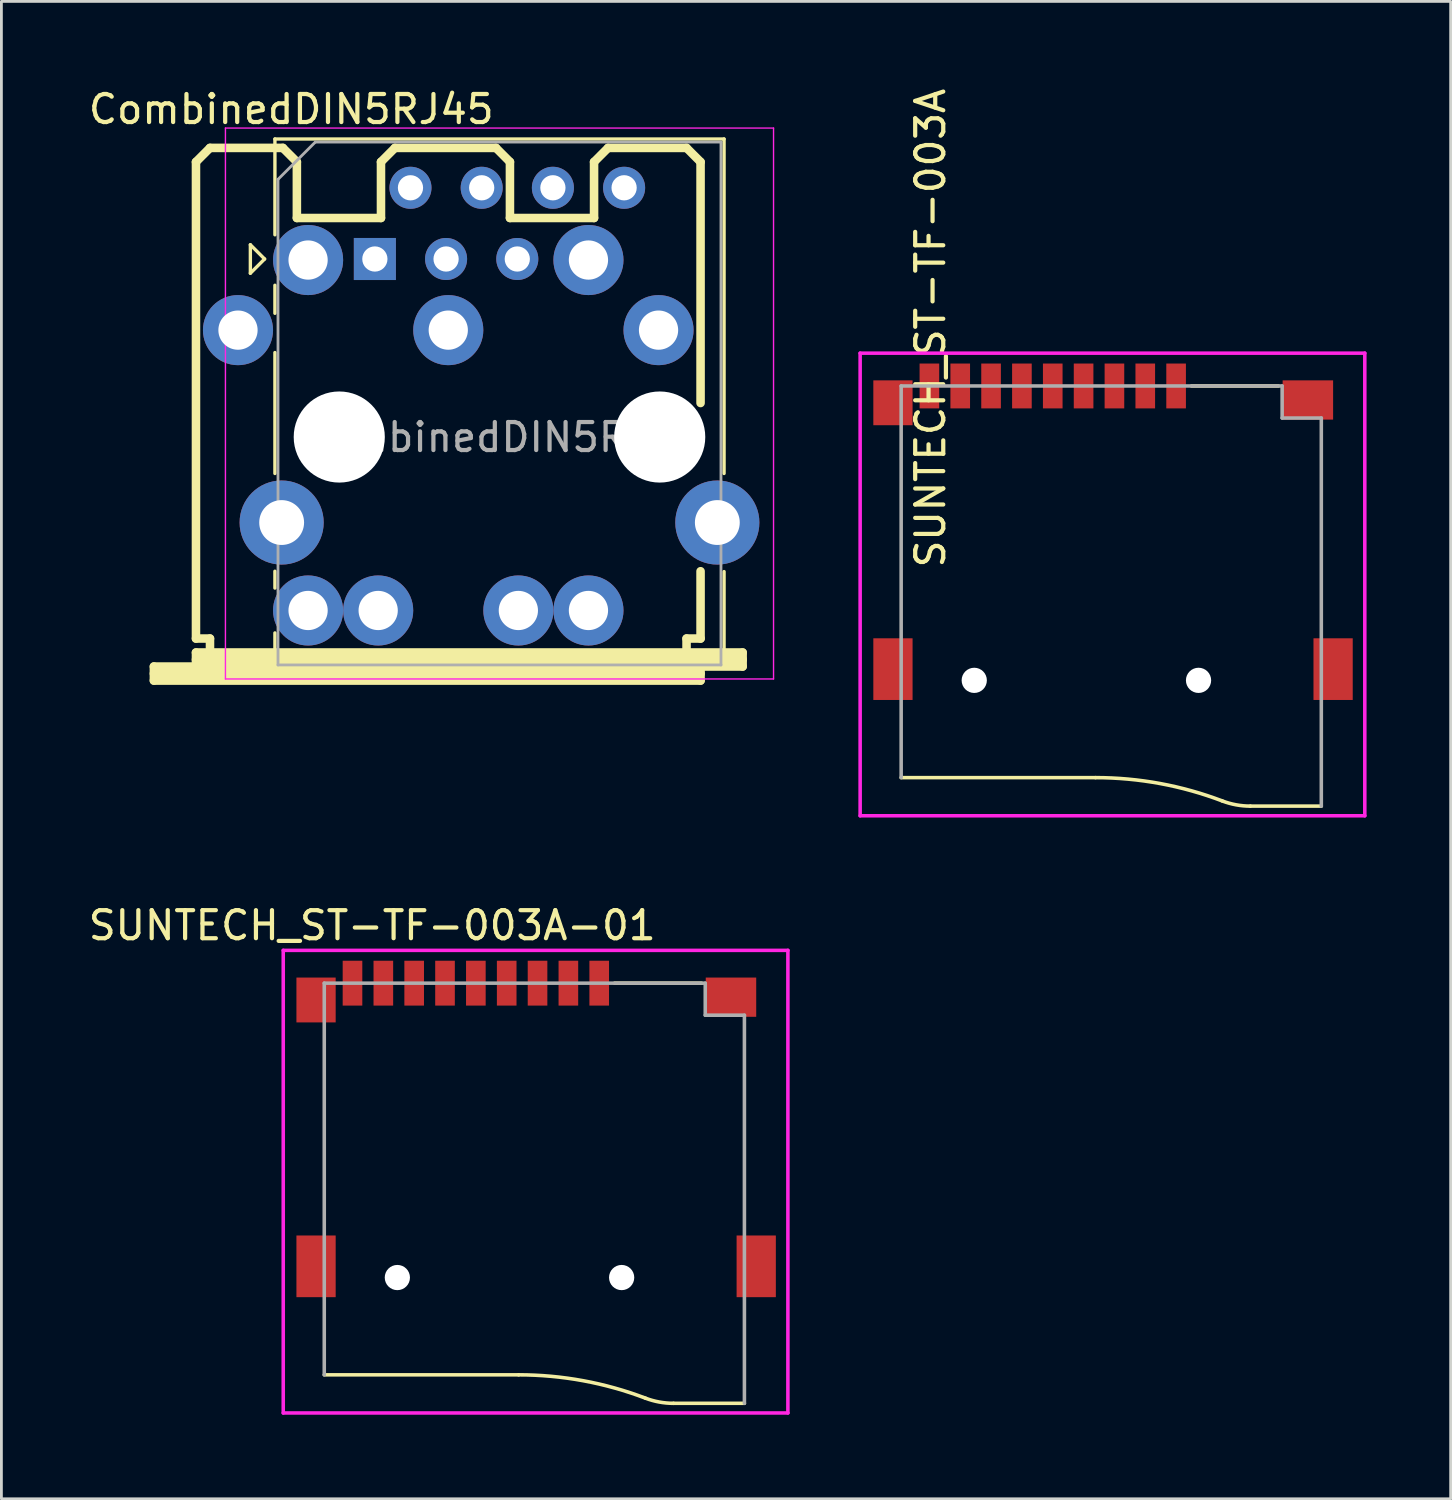
<source format=kicad_pcb>
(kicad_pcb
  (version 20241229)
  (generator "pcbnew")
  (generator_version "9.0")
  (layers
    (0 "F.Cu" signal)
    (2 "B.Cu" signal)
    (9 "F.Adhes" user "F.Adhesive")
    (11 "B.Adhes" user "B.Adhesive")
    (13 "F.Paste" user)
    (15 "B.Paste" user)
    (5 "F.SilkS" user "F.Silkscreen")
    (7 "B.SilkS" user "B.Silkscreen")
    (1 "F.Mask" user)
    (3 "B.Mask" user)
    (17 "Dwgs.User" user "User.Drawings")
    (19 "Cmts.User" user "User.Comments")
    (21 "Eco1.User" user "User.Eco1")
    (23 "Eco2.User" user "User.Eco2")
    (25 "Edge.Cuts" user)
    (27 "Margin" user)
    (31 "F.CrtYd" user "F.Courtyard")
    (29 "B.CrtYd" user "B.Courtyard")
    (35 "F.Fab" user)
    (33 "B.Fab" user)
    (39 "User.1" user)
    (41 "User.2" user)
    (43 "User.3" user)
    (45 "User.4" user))
  (footprint "CombinedDIN5RJ45"
    (layer "F.Cu")
    (at 12.939 11.725)
    (property "Reference" "CombinedDIN5RJ45" (at -5.6 -10.877 0) (layer "F.SilkS") (effects (font (size 1 1) (thickness 0.15))))
    (attr through_hole)
    (fp_line (start -10.5 8.999) (end -8.999 8.999) (stroke (width 0.305) (type solid)) (layer "F.SilkS"))
    (fp_line (start -10.5 9.251) (end 8.999 9.251) (stroke (width 0.305) (type solid)) (layer "F.SilkS"))
    (fp_line (start -10.5 9.5) (end -10.5 8.999) (stroke (width 0.305) (type solid)) (layer "F.SilkS"))
    (fp_line (start -8.999 -8.999) (end -8.999 8.001) (stroke (width 0.305) (type solid)) (layer "F.SilkS"))
    (fp_line (start -8.999 -8.999) (end -8.499 -9.5) (stroke (width 0.305) (type solid)) (layer "F.SilkS"))
    (fp_line (start -8.999 8.001) (end -8.499 8.001) (stroke (width 0.305) (type solid)) (layer "F.SilkS"))
    (fp_line (start -8.999 8.499) (end 10.5 8.499) (stroke (width 0.305) (type solid)) (layer "F.SilkS"))
    (fp_line (start -8.999 8.75) (end 10.5 8.75) (stroke (width 0.305) (type solid)) (layer "F.SilkS"))
    (fp_line (start -8.999 8.999) (end -8.999 8.499) (stroke (width 0.305) (type solid)) (layer "F.SilkS"))
    (fp_line (start -8.499 -9.5) (end -5.9 -9.5) (stroke (width 0.305) (type solid)) (layer "F.SilkS"))
    (fp_line (start -8.499 8.001) (end -8.499 8.499) (stroke (width 0.305) (type solid)) (layer "F.SilkS"))
    (fp_line (start -7.059 -6.045) (end -7.059 -5.029) (stroke (width 0.12) (type solid)) (layer "F.SilkS"))
    (fp_line (start -7.059 -5.029) (end -6.551 -5.537) (stroke (width 0.12) (type solid)) (layer "F.SilkS"))
    (fp_line (start -6.551 -5.537) (end -7.059 -6.045) (stroke (width 0.12) (type solid)) (layer "F.SilkS"))
    (fp_line (start -6.183 -9.817) (end -6.183 -6.4) (stroke (width 0.12) (type solid)) (layer "F.SilkS"))
    (fp_line (start -6.183 -3.6) (end -6.183 -4.6) (stroke (width 0.12) (type solid)) (layer "F.SilkS"))
    (fp_line (start -6.183 -2.2) (end -6.183 2.113) (stroke (width 0.12) (type solid)) (layer "F.SilkS"))
    (fp_line (start -6.183 5.6) (end -6.183 6.2) (stroke (width 0.12) (type solid)) (layer "F.SilkS"))
    (fp_line (start -6.183 7.8) (end -6.183 9.053) (stroke (width 0.12) (type solid)) (layer "F.SilkS"))
    (fp_line (start -5.9 -9.5) (end -5.4 -9) (stroke (width 0.305) (type solid)) (layer "F.SilkS"))
    (fp_line (start -5.4 -8.999) (end -5.4 -7) (stroke (width 0.305) (type solid)) (layer "F.SilkS"))
    (fp_line (start -5.4 -7) (end -2.4 -7) (stroke (width 0.305) (type solid)) (layer "F.SilkS"))
    (fp_line (start -2.4 -8.999) (end -2.4 -7) (stroke (width 0.305) (type solid)) (layer "F.SilkS"))
    (fp_line (start -1.902 -9.5) (end -2.4 -9) (stroke (width 0.305) (type solid)) (layer "F.SilkS"))
    (fp_line (start -1.902 -9.5) (end 1.702 -9.5) (stroke (width 0.305) (type solid)) (layer "F.SilkS"))
    (fp_line (start 1.702 -9.5) (end 2.2 -9) (stroke (width 0.305) (type solid)) (layer "F.SilkS"))
    (fp_line (start 2.2 -8.999) (end 2.2 -7) (stroke (width 0.305) (type solid)) (layer "F.SilkS"))
    (fp_line (start 5.2 -8.999) (end 5.2 -7) (stroke (width 0.305) (type solid)) (layer "F.SilkS"))
    (fp_line (start 5.2 -7) (end 2.2 -7) (stroke (width 0.305) (type solid)) (layer "F.SilkS"))
    (fp_line (start 5.7 -9.5) (end 5.2 -8.999) (stroke (width 0.305) (type solid)) (layer "F.SilkS"))
    (fp_line (start 8.499 -9.5) (end 5.7 -9.5) (stroke (width 0.305) (type solid)) (layer "F.SilkS"))
    (fp_line (start 8.499 8.499) (end 8.499 8.001) (stroke (width 0.305) (type solid)) (layer "F.SilkS"))
    (fp_line (start 8.999 -8.999) (end 8.499 -9.5) (stroke (width 0.305) (type solid)) (layer "F.SilkS"))
    (fp_line (start 8.999 -8.999) (end 8.999 -0.4) (stroke (width 0.305) (type solid)) (layer "F.SilkS"))
    (fp_line (start 8.999 5.6) (end 8.999 8.001) (stroke (width 0.305) (type solid)) (layer "F.SilkS"))
    (fp_line (start 8.999 8.001) (end 8.499 8.001) (stroke (width 0.305) (type solid)) (layer "F.SilkS"))
    (fp_line (start 8.999 8.999) (end -8.999 8.999) (stroke (width 0.305) (type solid)) (layer "F.SilkS"))
    (fp_line (start 8.999 8.999) (end 8.999 9.5) (stroke (width 0.305) (type solid)) (layer "F.SilkS"))
    (fp_line (start 8.999 9.5) (end -10.5 9.5) (stroke (width 0.305) (type solid)) (layer "F.SilkS"))
    (fp_line (start 9.837 -9.817) (end -6.183 -9.817) (stroke (width 0.12) (type solid)) (layer "F.SilkS"))
    (fp_line (start 9.837 -9.817) (end 9.837 2.113) (stroke (width 0.12) (type solid)) (layer "F.SilkS"))
    (fp_line (start 9.837 5.613) (end 9.837 9.053) (stroke (width 0.12) (type solid)) (layer "F.SilkS"))
    (fp_line (start 9.837 9.053) (end -6.183 9.053) (stroke (width 0.12) (type solid)) (layer "F.SilkS"))
    (fp_line (start 10.5 8.499) (end 10.5 8.999) (stroke (width 0.305) (type solid)) (layer "F.SilkS"))
    (fp_line (start 10.5 8.999) (end 8.999 8.999) (stroke (width 0.305) (type solid)) (layer "F.SilkS"))
    (fp_line (start -7.948 -10.207) (end 11.602 -10.207) (stroke (width 0.05) (type solid)) (layer "F.CrtYd"))
    (fp_line (start -7.948 9.443) (end -7.948 -10.207) (stroke (width 0.05) (type solid)) (layer "F.CrtYd"))
    (fp_line (start 11.602 -10.207) (end 11.602 9.443) (stroke (width 0.05) (type solid)) (layer "F.CrtYd"))
    (fp_line (start 11.602 9.443) (end -7.948 9.443) (stroke (width 0.05) (type solid)) (layer "F.CrtYd"))
    (fp_line (start -6.073 -8.377) (end -6.073 8.943) (stroke (width 0.1) (type solid)) (layer "F.Fab"))
    (fp_line (start -6.073 -8.377) (end -4.743 -9.707) (stroke (width 0.1) (type solid)) (layer "F.Fab"))
    (fp_line (start 9.727 -9.707) (end -4.743 -9.707) (stroke (width 0.1) (type solid)) (layer "F.Fab"))
    (fp_line (start 9.727 8.943) (end -6.073 8.943) (stroke (width 0.1) (type solid)) (layer "F.Fab"))
    (fp_line (start 9.727 8.943) (end 9.727 -9.707) (stroke (width 0.1) (type solid)) (layer "F.Fab"))
    (fp_text user "${REFERENCE}" (at 1.827 0.823 0) (layer "F.Fab") (effects (font (size 1 1) (thickness 0.15))))
    (pad "" np_thru_hole circle (at -3.888 0.813) (size 3.25 3.25) (drill 3.25) (layers "*.Cu" "*.Mask"))
    (pad "" np_thru_hole circle (at 7.542 0.813 180) (size 3.25 3.25) (drill 3.25) (layers "*.Cu" "*.Mask"))
    (pad "1" thru_hole circle (at 6.272 -8.077 180) (size 1.5 1.5) (drill 0.9) (layers "*.Cu" "*.Mask"))
    (pad "1" thru_hole circle (at 7.5 -3) (size 2.5 2.5) (drill 1.4) (layers "*.Cu" "*.Mask"))
    (pad "2" thru_hole circle (at -5.943 3.863) (size 3 3) (drill 1.6) (layers "*.Cu" "*.Mask"))
    (pad "2" thru_hole circle (at -5 7) (size 2.5 2.5) (drill 1.4) (layers "*.Cu" "*.Mask"))
    (pad "2" thru_hole circle (at -2.5 7) (size 2.5 2.5) (drill 1.4) (layers "*.Cu" "*.Mask"))
    (pad "2" thru_hole circle (at -0.078 -5.537 180) (size 1.5 1.5) (drill 0.9) (layers "*.Cu" "*.Mask"))
    (pad "2" thru_hole circle (at 0 -3) (size 2.5 2.5) (drill 1.4) (layers "*.Cu" "*.Mask"))
    (pad "2" thru_hole circle (at 1.192 -8.077 180) (size 1.5 1.5) (drill 0.9) (layers "*.Cu" "*.Mask"))
    (pad "2" thru_hole circle (at 2.462 -5.537 180) (size 1.5 1.5) (drill 0.9) (layers "*.Cu" "*.Mask"))
    (pad "2" thru_hole circle (at 2.5 7) (size 2.5 2.5) (drill 1.4) (layers "*.Cu" "*.Mask"))
    (pad "2" thru_hole circle (at 3.732 -8.077 180) (size 1.5 1.5) (drill 0.9) (layers "*.Cu" "*.Mask"))
    (pad "2" thru_hole circle (at 5 7) (size 2.5 2.5) (drill 1.4) (layers "*.Cu" "*.Mask"))
    (pad "2" thru_hole circle (at 9.597 3.863 180) (size 3 3) (drill 1.6) (layers "*.Cu" "*.Mask"))
    (pad "3" thru_hole circle (at -7.5 -3) (size 2.5 2.5) (drill 1.4) (layers "*.Cu" "*.Mask"))
    (pad "3" thru_hole rect (at -2.618 -5.537 180) (size 1.5 1.5) (drill 0.9) (layers "*.Cu" "*.Mask"))
    (pad "4" thru_hole circle (at 5 -5.5) (size 2.5 2.5) (drill 1.4) (layers "*.Cu" "*.Mask"))
    (pad "5" thru_hole circle (at -5 -5.5) (size 2.5 2.5) (drill 1.4) (layers "*.Cu" "*.Mask"))
    (pad "5" thru_hole circle (at -1.348 -8.077 180) (size 1.5 1.5) (drill 0.9) (layers "*.Cu" "*.Mask")))
  (footprint "SUNTECH_ST-TF-003A"
    (layer "F.Cu")
    (at 36.65 15.817)
    (property "Reference" "SUNTECH_ST-TF-003A" (at -6.511 -7.164 90) (layer "F.SilkS") (effects (font (size 1.001 1.001) (thickness 0.15))))
    (attr smd)
    (fp_line (start -0.623 8.87) (end -7.557 8.87) (stroke (width 0.127) (type solid)) (layer "F.SilkS"))
    (fp_line (start 5.9 -5.1) (end 2.8 -5.1) (stroke (width 0.127) (type solid)) (layer "F.SilkS"))
    (fp_line (start 7.429 9.886) (end 4.898 9.886) (stroke (width 0.127) (type solid)) (layer "F.SilkS"))
    (fp_arc (start -0.6231 8.87) (mid 1.675408 9.079737) (end 3.898 9.702) (stroke (width 0.127) (type solid)) (layer "F.SilkS"))
    (fp_arc (start 4.8979 9.886) (mid 4.389557 9.839613) (end 3.898 9.702) (stroke (width 0.127) (type solid)) (layer "F.SilkS"))
    (fp_line (start -9.02 -6.27) (end 8.98 -6.27) (stroke (width 0.127) (type solid)) (layer "F.CrtYd"))
    (fp_line (start -9.02 10.23) (end -9.02 -6.27) (stroke (width 0.127) (type solid)) (layer "F.CrtYd"))
    (fp_line (start 8.98 -6.27) (end 8.98 10.23) (stroke (width 0.127) (type solid)) (layer "F.CrtYd"))
    (fp_line (start 8.98 10.23) (end -9.02 10.23) (stroke (width 0.127) (type solid)) (layer "F.CrtYd"))
    (fp_line (start -7.557 -5.1) (end 6.032 -5.1) (stroke (width 0.127) (type solid)) (layer "F.Fab"))
    (fp_line (start -7.557 8.87) (end -7.557 -5.1) (stroke (width 0.127) (type solid)) (layer "F.Fab"))
    (fp_line (start 6.032 -5.1) (end 6.032 -3.957) (stroke (width 0.127) (type solid)) (layer "F.Fab"))
    (fp_line (start 6.032 -3.957) (end 7.429 -3.957) (stroke (width 0.127) (type solid)) (layer "F.Fab"))
    (fp_line (start 7.429 -3.957) (end 7.429 9.886) (stroke (width 0.127) (type solid)) (layer "F.Fab"))
    (pad "" np_thru_hole circle (at -4.95 5.4) (size 0.9 0.9) (drill 0.9) (layers "*.Cu" "*.Mask"))
    (pad "" np_thru_hole circle (at 3.05 5.4) (size 0.9 0.9) (drill 0.9) (layers "*.Cu" "*.Mask"))
    (pad "1" smd rect (at 2.25 -5.1 270) (size 1.6 0.7) (layers "F.Cu" "F.Mask" "F.Paste"))
    (pad "2" smd rect (at 1.15 -5.1 270) (size 1.6 0.7) (layers "F.Cu" "F.Mask" "F.Paste"))
    (pad "3" smd rect (at 0.05 -5.1 270) (size 1.6 0.7) (layers "F.Cu" "F.Mask" "F.Paste"))
    (pad "4" smd rect (at -1.05 -5.1 270) (size 1.6 0.7) (layers "F.Cu" "F.Mask" "F.Paste"))
    (pad "5" smd rect (at -2.15 -5.1 270) (size 1.6 0.7) (layers "F.Cu" "F.Mask" "F.Paste"))
    (pad "6" smd rect (at -3.25 -5.1 270) (size 1.6 0.7) (layers "F.Cu" "F.Mask" "F.Paste"))
    (pad "7" smd rect (at -4.35 -5.1 270) (size 1.6 0.7) (layers "F.Cu" "F.Mask" "F.Paste"))
    (pad "8" smd rect (at -5.45 -5.1 270) (size 1.6 0.7) (layers "F.Cu" "F.Mask" "F.Paste"))
    (pad "9" smd rect (at -6.55 -5.1 270) (size 1.6 0.7) (layers "F.Cu" "F.Mask" "F.Paste"))
    (pad "G1" smd rect (at -7.85 -4.5 270) (size 1.6 1.4) (layers "F.Cu" "F.Mask" "F.Paste"))
    (pad "G2" smd rect (at -7.85 5 270) (size 2.2 1.4) (layers "F.Cu" "F.Mask" "F.Paste"))
    (pad "G3" smd rect (at 7.85 5 270) (size 2.2 1.4) (layers "F.Cu" "F.Mask" "F.Paste"))
    (pad "G4" smd rect (at 6.95 -4.6 270) (size 1.4 1.8) (layers "F.Cu" "F.Mask" "F.Paste"))
    (zone (net_name "") (layer "F.Cu") (hatch full 0.508) (connect_pads) (min_thickness 0.01) (filled_areas_thickness no) (keepout (tracks not_allowed) (vias not_allowed) (pads not_allowed) (copperpour not_allowed) (footprints allowed)) (placement (enabled no)) (fill) (polygon (pts (xy 34.049 11.617) (xy 36.05 11.617) (xy 36.05 20.622) (xy 34.049 20.622)))))
  (footprint "SUNTECH_ST-TF-003A-01"
    (layer "F.Cu")
    (at 14.803 37.348)
    (property "Reference" "SUNTECH_ST-TF-003A-01" (at -4.577 -7.389 0) (layer "F.SilkS") (effects (font (size 1.001 1.001) (thickness 0.15))))
    (attr smd)
    (fp_line (start 0.647 8.64) (end -6.287 8.64) (stroke (width 0.127) (type solid)) (layer "F.SilkS"))
    (fp_line (start 7.17 -5.33) (end 4.07 -5.33) (stroke (width 0.127) (type solid)) (layer "F.SilkS"))
    (fp_line (start 8.699 9.656) (end 6.168 9.656) (stroke (width 0.127) (type solid)) (layer "F.SilkS"))
    (fp_arc (start 0.6469 8.64) (mid 2.945408 8.849734) (end 5.168 9.472) (stroke (width 0.127) (type solid)) (layer "F.SilkS"))
    (fp_arc (start 6.1679 9.656) (mid 5.659555 9.609621) (end 5.168 9.472) (stroke (width 0.127) (type solid)) (layer "F.SilkS"))
    (fp_line (start -7.75 -6.5) (end 10.25 -6.5) (stroke (width 0.127) (type solid)) (layer "F.CrtYd"))
    (fp_line (start -7.75 10) (end -7.75 -6.5) (stroke (width 0.127) (type solid)) (layer "F.CrtYd"))
    (fp_line (start 10.25 -6.5) (end 10.25 10) (stroke (width 0.127) (type solid)) (layer "F.CrtYd"))
    (fp_line (start 10.25 10) (end -7.75 10) (stroke (width 0.127) (type solid)) (layer "F.CrtYd"))
    (fp_line (start -6.287 -5.33) (end 7.302 -5.33) (stroke (width 0.127) (type solid)) (layer "F.Fab"))
    (fp_line (start -6.287 8.64) (end -6.287 -5.33) (stroke (width 0.127) (type solid)) (layer "F.Fab"))
    (fp_line (start 7.302 -5.33) (end 7.302 -4.187) (stroke (width 0.127) (type solid)) (layer "F.Fab"))
    (fp_line (start 7.302 -4.187) (end 8.699 -4.187) (stroke (width 0.127) (type solid)) (layer "F.Fab"))
    (fp_line (start 8.699 -4.187) (end 8.699 9.656) (stroke (width 0.127) (type solid)) (layer "F.Fab"))
    (pad "" np_thru_hole circle (at -3.68 5.17) (size 0.9 0.9) (drill 0.9) (layers "*.Cu" "*.Mask"))
    (pad "" np_thru_hole circle (at 4.32 5.17) (size 0.9 0.9) (drill 0.9) (layers "*.Cu" "*.Mask"))
    (pad "1" smd rect (at 3.52 -5.33 270) (size 1.6 0.7) (layers "F.Cu" "F.Mask" "F.Paste"))
    (pad "2" smd rect (at 2.42 -5.33 270) (size 1.6 0.7) (layers "F.Cu" "F.Mask" "F.Paste"))
    (pad "3" smd rect (at 1.32 -5.33 270) (size 1.6 0.7) (layers "F.Cu" "F.Mask" "F.Paste"))
    (pad "4" smd rect (at 0.22 -5.33 270) (size 1.6 0.7) (layers "F.Cu" "F.Mask" "F.Paste"))
    (pad "5" smd rect (at -0.88 -5.33 270) (size 1.6 0.7) (layers "F.Cu" "F.Mask" "F.Paste"))
    (pad "6" smd rect (at -1.98 -5.33 270) (size 1.6 0.7) (layers "F.Cu" "F.Mask" "F.Paste"))
    (pad "7" smd rect (at -3.08 -5.33 270) (size 1.6 0.7) (layers "F.Cu" "F.Mask" "F.Paste"))
    (pad "8" smd rect (at -4.18 -5.33 270) (size 1.6 0.7) (layers "F.Cu" "F.Mask" "F.Paste"))
    (pad "9" smd rect (at -5.28 -5.33 270) (size 1.6 0.7) (layers "F.Cu" "F.Mask" "F.Paste"))
    (pad "G1" smd rect (at -6.58 -4.73 270) (size 1.6 1.4) (layers "F.Cu" "F.Mask" "F.Paste"))
    (pad "G2" smd rect (at -6.58 4.77 270) (size 2.2 1.4) (layers "F.Cu" "F.Mask" "F.Paste"))
    (pad "G3" smd rect (at 9.12 4.77 270) (size 2.2 1.4) (layers "F.Cu" "F.Mask" "F.Paste"))
    (pad "G4" smd rect (at 8.22 -4.83 270) (size 1.4 1.8) (layers "F.Cu" "F.Mask" "F.Paste"))
    (zone (net_name "") (layer "F.Cu") (hatch full 0.508) (connect_pads) (min_thickness 0.01) (filled_areas_thickness no) (keepout (tracks not_allowed) (vias not_allowed) (pads not_allowed) (copperpour not_allowed) (footprints allowed)) (placement (enabled no)) (fill) (polygon (pts (xy 13.471 32.918) (xy 15.473 32.918) (xy 15.473 41.923) (xy 13.471 41.923)))))
  (gr_rect
    (start -3 -3)
    (end 48.693 50.411)
    (stroke (width 0.1) (type default))
    (fill no)
    (layer "Edge.Cuts")))
</source>
